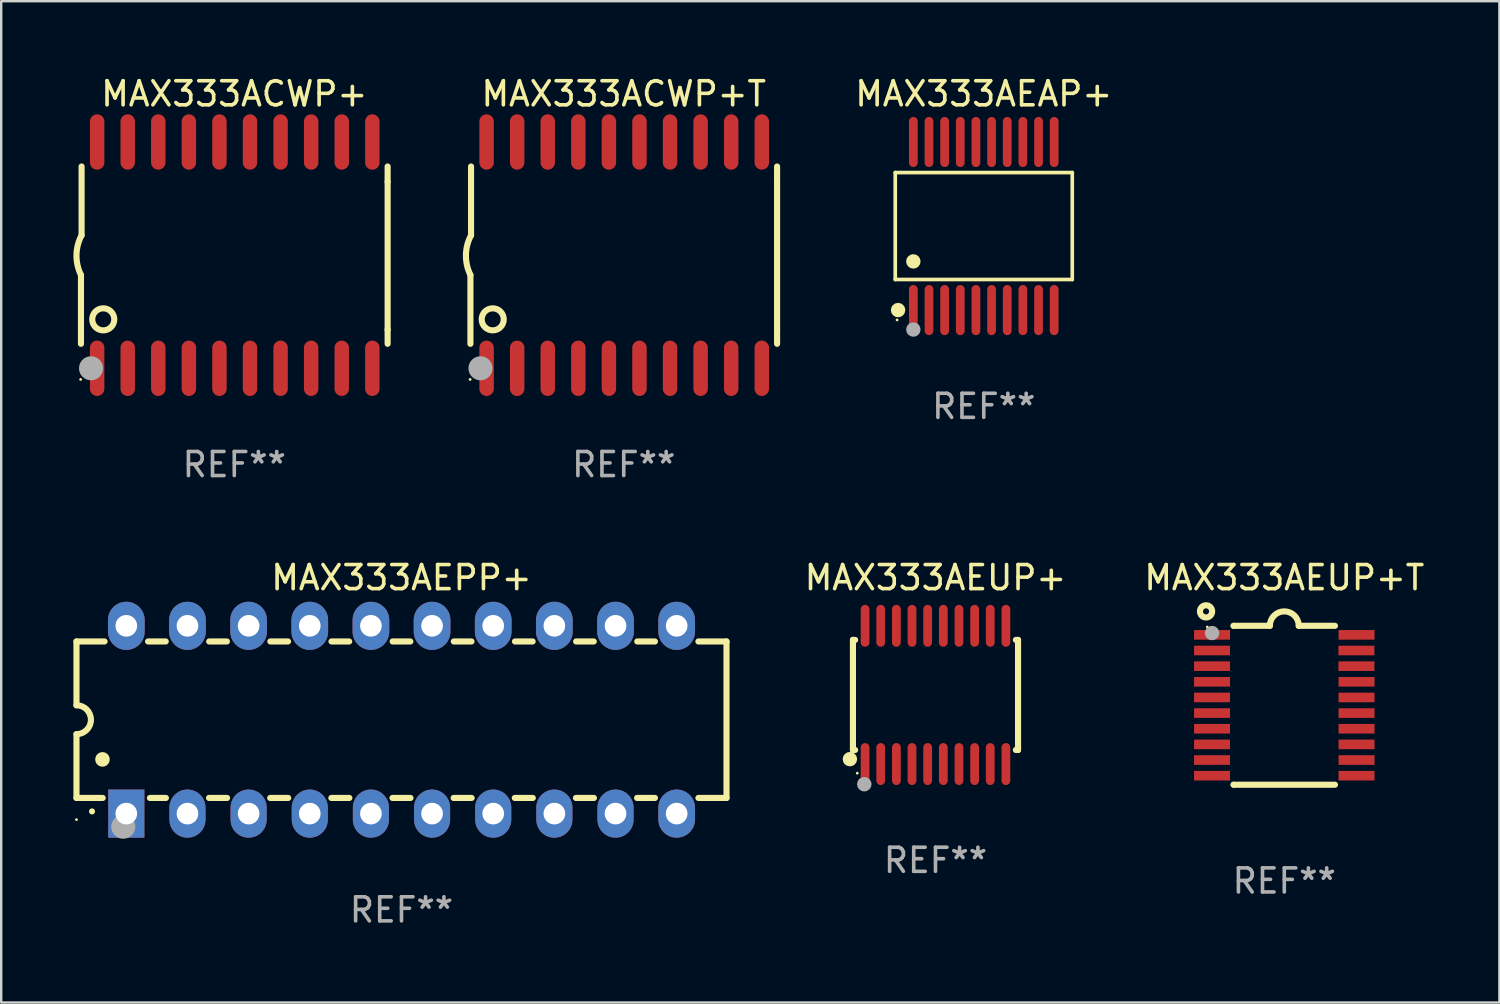
<source format=kicad_pcb>
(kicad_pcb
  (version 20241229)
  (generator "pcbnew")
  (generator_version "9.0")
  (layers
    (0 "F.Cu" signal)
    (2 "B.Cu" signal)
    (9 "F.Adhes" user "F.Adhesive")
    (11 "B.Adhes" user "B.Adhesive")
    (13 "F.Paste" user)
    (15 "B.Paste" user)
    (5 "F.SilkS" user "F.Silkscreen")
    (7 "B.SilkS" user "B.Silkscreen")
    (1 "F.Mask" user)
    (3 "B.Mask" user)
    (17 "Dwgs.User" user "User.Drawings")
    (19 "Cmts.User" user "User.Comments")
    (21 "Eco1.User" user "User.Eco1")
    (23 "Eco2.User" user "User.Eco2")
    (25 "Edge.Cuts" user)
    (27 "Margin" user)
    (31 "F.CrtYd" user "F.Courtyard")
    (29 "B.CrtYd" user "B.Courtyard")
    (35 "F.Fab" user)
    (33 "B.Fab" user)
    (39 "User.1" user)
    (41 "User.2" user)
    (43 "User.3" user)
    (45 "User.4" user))
  (footprint "MAX333AEUP+T"
    (layer "F.Cu")
    (at 50.296 26.245)
    (property "Reference" "MAX333AEUP+T" (at 0 -5.3 0) (layer "F.SilkS") (effects (font (size 1 1) (thickness 0.15))))
    (attr through_hole)
    (fp_line (start -2.105 -3.3) (end -2.105 -3.3) (stroke (width 0.254) (type solid)) (layer "F.SilkS"))
    (fp_line (start -2.105 -3.3) (end -0.6 -3.3) (stroke (width 0.254) (type solid)) (layer "F.SilkS"))
    (fp_line (start -2.105 3.3) (end -2.105 3.3) (stroke (width 0.254) (type solid)) (layer "F.SilkS"))
    (fp_line (start 0.6 -3.3) (end 2.105 -3.3) (stroke (width 0.254) (type solid)) (layer "F.SilkS"))
    (fp_line (start 2.105 3.3) (end -2.105 3.3) (stroke (width 0.254) (type solid)) (layer "F.SilkS"))
    (fp_arc (start -0.599924 -3.300026) (mid 0.000114 -3.897415) (end 0.600152 -3.300025) (stroke (width 0.254001) (type solid)) (layer "F.SilkS"))
    (fp_circle (center -3.25 -3.9) (end -2.996 -3.9) (stroke (width 0.254) (type solid)) (fill no) (layer "F.SilkS"))
    (fp_circle (center -3.2 -3.25) (end -3.17 -3.25) (stroke (width 0.06) (type solid)) (fill no) (layer "F.SilkS"))
    (fp_circle (center -3 -3) (end -2.85 -3) (stroke (width 0.3) (type solid)) (fill no) (layer "F.Fab"))
    (fp_text user "REF**" (at 0 7.3 0) (layer "F.Fab") (effects (font (size 1 1) (thickness 0.15))))
    (pad "1" smd rect (at -3.001 -2.925 270) (size 0.4 1.494) (layers "F.Cu" "F.Mask" "F.Paste"))
    (pad "2" smd rect (at -3.001 -2.275 270) (size 0.4 1.494) (layers "F.Cu" "F.Mask" "F.Paste"))
    (pad "3" smd rect (at -3.001 -1.625 270) (size 0.4 1.494) (layers "F.Cu" "F.Mask" "F.Paste"))
    (pad "4" smd rect (at -3.001 -0.975 270) (size 0.4 1.494) (layers "F.Cu" "F.Mask" "F.Paste"))
    (pad "5" smd rect (at -3.001 -0.325 270) (size 0.4 1.494) (layers "F.Cu" "F.Mask" "F.Paste"))
    (pad "6" smd rect (at -3.001 0.324 270) (size 0.4 1.494) (layers "F.Cu" "F.Mask" "F.Paste"))
    (pad "7" smd rect (at -3.001 0.975 270) (size 0.4 1.494) (layers "F.Cu" "F.Mask" "F.Paste"))
    (pad "8" smd rect (at -3.001 1.625 270) (size 0.4 1.494) (layers "F.Cu" "F.Mask" "F.Paste"))
    (pad "9" smd rect (at -3.001 2.275 270) (size 0.4 1.494) (layers "F.Cu" "F.Mask" "F.Paste"))
    (pad "10" smd rect (at -3.001 2.925 270) (size 0.4 1.494) (layers "F.Cu" "F.Mask" "F.Paste"))
    (pad "11" smd rect (at 3.001 2.925 270) (size 0.4 1.494) (layers "F.Cu" "F.Mask" "F.Paste"))
    (pad "12" smd rect (at 3.001 2.275 270) (size 0.4 1.494) (layers "F.Cu" "F.Mask" "F.Paste"))
    (pad "13" smd rect (at 3.001 1.625 270) (size 0.4 1.494) (layers "F.Cu" "F.Mask" "F.Paste"))
    (pad "14" smd rect (at 3.001 0.975 270) (size 0.4 1.494) (layers "F.Cu" "F.Mask" "F.Paste"))
    (pad "15" smd rect (at 3.001 0.325 270) (size 0.4 1.494) (layers "F.Cu" "F.Mask" "F.Paste"))
    (pad "16" smd rect (at 3.001 -0.325 270) (size 0.4 1.494) (layers "F.Cu" "F.Mask" "F.Paste"))
    (pad "17" smd rect (at 3.001 -0.975 270) (size 0.4 1.494) (layers "F.Cu" "F.Mask" "F.Paste"))
    (pad "18" smd rect (at 2.996 -1.625 270) (size 0.4 1.494) (layers "F.Cu" "F.Mask" "F.Paste"))
    (pad "19" smd rect (at 2.996 -2.275 270) (size 0.4 1.494) (layers "F.Cu" "F.Mask" "F.Paste"))
    (pad "20" smd rect (at 3.001 -2.925 270) (size 0.4 1.494) (layers "F.Cu" "F.Mask" "F.Paste")))
  (footprint "MAX333AEPP+"
    (layer "F.Cu")
    (at 13.627 26.845)
    (property "Reference" "MAX333AEPP+" (at 0 -5.9 0) (layer "F.SilkS") (effects (font (size 1 1) (thickness 0.15))))
    (attr through_hole)
    (fp_line (start -13.5 -3.25) (end -12.333 -3.25) (stroke (width 0.254) (type solid)) (layer "F.SilkS"))
    (fp_line (start -13.5 -0.6) (end -13.5 -3.25) (stroke (width 0.254) (type solid)) (layer "F.SilkS"))
    (fp_line (start -13.5 3.25) (end -13.5 0.6) (stroke (width 0.254) (type solid)) (layer "F.SilkS"))
    (fp_line (start -13.5 3.25) (end -12.411 3.25) (stroke (width 0.254) (type solid)) (layer "F.SilkS"))
    (fp_line (start -10.527 -3.25) (end -9.793 -3.25) (stroke (width 0.254) (type solid)) (layer "F.SilkS"))
    (fp_line (start -10.449 3.25) (end -9.786 3.25) (stroke (width 0.254) (type solid)) (layer "F.SilkS"))
    (fp_line (start -7.994 3.25) (end -7.246 3.25) (stroke (width 0.254) (type solid)) (layer "F.SilkS"))
    (fp_line (start -7.987 -3.25) (end -7.253 -3.25) (stroke (width 0.254) (type solid)) (layer "F.SilkS"))
    (fp_line (start -5.454 3.25) (end -4.706 3.25) (stroke (width 0.254) (type solid)) (layer "F.SilkS"))
    (fp_line (start -5.447 -3.25) (end -4.713 -3.25) (stroke (width 0.254) (type solid)) (layer "F.SilkS"))
    (fp_line (start -2.914 3.25) (end -2.166 3.25) (stroke (width 0.254) (type solid)) (layer "F.SilkS"))
    (fp_line (start -2.907 -3.25) (end -2.173 -3.25) (stroke (width 0.254) (type solid)) (layer "F.SilkS"))
    (fp_line (start -0.374 3.25) (end 0.374 3.25) (stroke (width 0.254) (type solid)) (layer "F.SilkS"))
    (fp_line (start -0.367 -3.25) (end 0.367 -3.25) (stroke (width 0.254) (type solid)) (layer "F.SilkS"))
    (fp_line (start 2.166 3.25) (end 2.914 3.25) (stroke (width 0.254) (type solid)) (layer "F.SilkS"))
    (fp_line (start 2.173 -3.25) (end 2.907 -3.25) (stroke (width 0.254) (type solid)) (layer "F.SilkS"))
    (fp_line (start 4.706 3.25) (end 5.454 3.25) (stroke (width 0.254) (type solid)) (layer "F.SilkS"))
    (fp_line (start 4.713 -3.25) (end 5.447 -3.25) (stroke (width 0.254) (type solid)) (layer "F.SilkS"))
    (fp_line (start 7.246 3.25) (end 7.994 3.25) (stroke (width 0.254) (type solid)) (layer "F.SilkS"))
    (fp_line (start 7.253 -3.25) (end 7.987 -3.25) (stroke (width 0.254) (type solid)) (layer "F.SilkS"))
    (fp_line (start 9.786 3.25) (end 10.527 3.25) (stroke (width 0.254) (type solid)) (layer "F.SilkS"))
    (fp_line (start 9.793 -3.25) (end 10.527 -3.25) (stroke (width 0.254) (type solid)) (layer "F.SilkS"))
    (fp_line (start 12.333 -3.25) (end 13.5 -3.25) (stroke (width 0.254) (type solid)) (layer "F.SilkS"))
    (fp_line (start 12.333 3.25) (end 13.5 3.25) (stroke (width 0.254) (type solid)) (layer "F.SilkS"))
    (fp_line (start 13.5 -3.25) (end 13.5 3.25) (stroke (width 0.254) (type solid)) (layer "F.SilkS"))
    (fp_arc (start -13.500127 -0.599442) (mid -12.900406 0.000228) (end -13.500025 0.6) (stroke (width 0.254001) (type solid)) (layer "F.SilkS"))
    (fp_arc (start -12.854966 3.810008) (mid -12.854973 3.808738) (end -12.854966 3.807468) (stroke (width 0.25) (type solid)) (layer "F.SilkS"))
    (fp_arc (start -12.420625 1.651003) (mid -12.420636 1.648463) (end -12.420625 1.645923) (stroke (width 0.6) (type solid)) (layer "F.SilkS"))
    (fp_circle (center -13.5 4.15) (end -13.47 4.15) (stroke (width 0.06) (type solid)) (fill no) (layer "F.SilkS"))
    (fp_circle (center -11.557 4.445) (end -11.307 4.445) (stroke (width 0.5) (type solid)) (fill no) (layer "F.Fab"))
    (fp_text user "REF**" (at 0 7.9 0) (layer "F.Fab") (effects (font (size 1 1) (thickness 0.15))))
    (pad "1" thru_hole rect (at -11.43 3.9 90) (size 2 1.5) (drill 0.9) (layers "*.Cu" "*.Mask"))
    (pad "2" thru_hole oval (at -8.89 3.9 90) (size 2 1.5) (drill 0.9) (layers "*.Cu" "*.Mask"))
    (pad "3" thru_hole oval (at -6.35 3.9 90) (size 2 1.5) (drill 0.9) (layers "*.Cu" "*.Mask"))
    (pad "4" thru_hole oval (at -3.81 3.9 90) (size 2 1.5) (drill 0.9) (layers "*.Cu" "*.Mask"))
    (pad "5" thru_hole oval (at -1.27 3.9 90) (size 2 1.5) (drill 0.9) (layers "*.Cu" "*.Mask"))
    (pad "6" thru_hole oval (at 1.27 3.9 90) (size 2 1.5) (drill 0.9) (layers "*.Cu" "*.Mask"))
    (pad "7" thru_hole oval (at 3.81 3.9 90) (size 2 1.5) (drill 0.9) (layers "*.Cu" "*.Mask"))
    (pad "8" thru_hole oval (at 6.35 3.9 90) (size 2 1.5) (drill 0.9) (layers "*.Cu" "*.Mask"))
    (pad "9" thru_hole oval (at 8.89 3.9 90) (size 2 1.5) (drill 0.9) (layers "*.Cu" "*.Mask"))
    (pad "10" thru_hole oval (at 11.43 3.9 90) (size 2 1.524) (drill 0.9) (layers "*.Cu" "*.Mask"))
    (pad "11" thru_hole oval (at 11.43 -3.9 90) (size 2 1.524) (drill 0.9) (layers "*.Cu" "*.Mask"))
    (pad "12" thru_hole oval (at 8.89 -3.9 90) (size 2 1.524) (drill 0.9) (layers "*.Cu" "*.Mask"))
    (pad "13" thru_hole oval (at 6.35 -3.9 90) (size 2 1.524) (drill 0.9) (layers "*.Cu" "*.Mask"))
    (pad "14" thru_hole oval (at 3.81 -3.9 90) (size 2 1.524) (drill 0.9) (layers "*.Cu" "*.Mask"))
    (pad "15" thru_hole oval (at 1.27 -3.9 90) (size 2 1.524) (drill 0.9) (layers "*.Cu" "*.Mask"))
    (pad "16" thru_hole oval (at -1.27 -3.9 90) (size 2 1.524) (drill 0.9) (layers "*.Cu" "*.Mask"))
    (pad "17" thru_hole oval (at -3.81 -3.9 90) (size 2 1.524) (drill 0.9) (layers "*.Cu" "*.Mask"))
    (pad "18" thru_hole oval (at -6.35 -3.9 90) (size 2 1.524) (drill 0.9) (layers "*.Cu" "*.Mask"))
    (pad "19" thru_hole oval (at -8.89 -3.9 90) (size 2 1.524) (drill 0.9) (layers "*.Cu" "*.Mask"))
    (pad "20" thru_hole oval (at -11.43 -3.9 90) (size 2 1.524) (drill 0.9) (layers "*.Cu" "*.Mask")))
  (footprint "MAX333ACWP+T"
    (layer "F.Cu")
    (at 22.859 7.548)
    (property "Reference" "MAX333ACWP+T" (at 0 -6.7 0) (layer "F.SilkS") (effects (font (size 1 1) (thickness 0.15))))
    (attr through_hole)
    (fp_line (start -6.369 0.826) (end -6.369 3.683) (stroke (width 0.254) (type solid)) (layer "F.SilkS"))
    (fp_line (start -6.343 -0.825) (end -6.343 -3.683) (stroke (width 0.254) (type solid)) (layer "F.SilkS"))
    (fp_line (start 6.369 -3.048) (end 6.369 -3.683) (stroke (width 0.254) (type solid)) (layer "F.SilkS"))
    (fp_line (start 6.369 -3.048) (end 6.369 3.096) (stroke (width 0.254) (type solid)) (layer "F.SilkS"))
    (fp_line (start 6.369 3.096) (end 6.369 3.683) (stroke (width 0.254) (type solid)) (layer "F.SilkS"))
    (fp_arc (start -6.36853 0.825552) (mid -6.554743 -0.00301) (end -6.343129 -0.825451) (stroke (width 0.254001) (type solid)) (layer "F.SilkS"))
    (fp_circle (center -6.382 5.163) (end -6.352 5.163) (stroke (width 0.06) (type solid)) (fill no) (layer "F.SilkS"))
    (fp_circle (center -5.443 2.667) (end -4.985 2.667) (stroke (width 0.254) (type solid)) (fill no) (layer "F.SilkS"))
    (fp_circle (center -5.951 4.699) (end -5.701 4.699) (stroke (width 0.5) (type solid)) (fill no) (layer "F.Fab"))
    (fp_text user "REF**" (at 0 8.7 0) (layer "F.Fab") (effects (font (size 1 1) (thickness 0.15))))
    (pad "1" smd oval (at -5.697 4.7 180) (size 0.6 2.3) (layers "F.Cu" "F.Mask" "F.Paste"))
    (pad "2" smd oval (at -4.427 4.7 180) (size 0.6 2.3) (layers "F.Cu" "F.Mask" "F.Paste"))
    (pad "3" smd oval (at -3.157 4.7 180) (size 0.6 2.3) (layers "F.Cu" "F.Mask" "F.Paste"))
    (pad "4" smd oval (at -1.887 4.7 180) (size 0.6 2.3) (layers "F.Cu" "F.Mask" "F.Paste"))
    (pad "5" smd oval (at -0.617 4.7 180) (size 0.6 2.3) (layers "F.Cu" "F.Mask" "F.Paste"))
    (pad "6" smd oval (at 0.653 4.7 180) (size 0.6 2.3) (layers "F.Cu" "F.Mask" "F.Paste"))
    (pad "7" smd oval (at 1.923 4.7 180) (size 0.6 2.3) (layers "F.Cu" "F.Mask" "F.Paste"))
    (pad "8" smd oval (at 3.193 4.7 180) (size 0.6 2.3) (layers "F.Cu" "F.Mask" "F.Paste"))
    (pad "9" smd oval (at 4.463 4.7 180) (size 0.6 2.3) (layers "F.Cu" "F.Mask" "F.Paste"))
    (pad "10" smd oval (at 5.734 4.7 180) (size 0.6 2.3) (layers "F.Cu" "F.Mask" "F.Paste"))
    (pad "11" smd oval (at 5.734 -4.7 180) (size 0.6 2.3) (layers "F.Cu" "F.Mask" "F.Paste"))
    (pad "12" smd oval (at 4.463 -4.7 180) (size 0.6 2.3) (layers "F.Cu" "F.Mask" "F.Paste"))
    (pad "13" smd oval (at 3.193 -4.7 180) (size 0.6 2.3) (layers "F.Cu" "F.Mask" "F.Paste"))
    (pad "14" smd oval (at 1.923 -4.7 180) (size 0.6 2.3) (layers "F.Cu" "F.Mask" "F.Paste"))
    (pad "15" smd oval (at 0.653 -4.7 180) (size 0.6 2.3) (layers "F.Cu" "F.Mask" "F.Paste"))
    (pad "16" smd oval (at -0.617 -4.7 180) (size 0.6 2.3) (layers "F.Cu" "F.Mask" "F.Paste"))
    (pad "17" smd oval (at -1.887 -4.7 180) (size 0.6 2.3) (layers "F.Cu" "F.Mask" "F.Paste"))
    (pad "18" smd oval (at -3.157 -4.7 180) (size 0.6 2.3) (layers "F.Cu" "F.Mask" "F.Paste"))
    (pad "19" smd oval (at -4.427 -4.7 180) (size 0.6 2.3) (layers "F.Cu" "F.Mask" "F.Paste"))
    (pad "20" smd oval (at -5.697 -4.7 180) (size 0.6 2.3) (layers "F.Cu" "F.Mask" "F.Paste")))
  (footprint "MAX333AEAP+"
    (layer "F.Cu")
    (at 37.813 6.339)
    (property "Reference" "MAX333AEAP+" (at 0 -5.491 0) (layer "F.SilkS") (effects (font (size 1 1) (thickness 0.15))))
    (attr through_hole)
    (fp_line (start -3.676 -2.221) (end 3.676 -2.221) (stroke (width 0.152) (type solid)) (layer "F.SilkS"))
    (fp_line (start -3.676 2.221) (end -3.676 -2.221) (stroke (width 0.152) (type solid)) (layer "F.SilkS"))
    (fp_line (start 3.676 -2.221) (end 3.676 2.221) (stroke (width 0.152) (type solid)) (layer "F.SilkS"))
    (fp_line (start 3.676 2.221) (end -3.676 2.221) (stroke (width 0.152) (type solid)) (layer "F.SilkS"))
    (fp_circle (center -3.6 3.9) (end -3.57 3.9) (stroke (width 0.06) (type solid)) (fill no) (layer "F.SilkS"))
    (fp_circle (center -3.559 3.491) (end -3.409 3.491) (stroke (width 0.3) (type solid)) (fill no) (layer "F.SilkS"))
    (fp_circle (center -2.925 1.469) (end -2.775 1.469) (stroke (width 0.3) (type solid)) (fill no) (layer "F.SilkS"))
    (fp_circle (center -2.925 4.3) (end -2.775 4.3) (stroke (width 0.3) (type solid)) (fill no) (layer "F.Fab"))
    (fp_text user "REF**" (at 0 7.491 0) (layer "F.Fab") (effects (font (size 1 1) (thickness 0.15))))
    (pad "1" smd oval (at -2.925 3.491) (size 0.364 2.082) (layers "F.Cu" "F.Mask" "F.Paste"))
    (pad "2" smd oval (at -2.275 3.491) (size 0.364 2.082) (layers "F.Cu" "F.Mask" "F.Paste"))
    (pad "3" smd oval (at -1.625 3.491) (size 0.364 2.082) (layers "F.Cu" "F.Mask" "F.Paste"))
    (pad "4" smd oval (at -0.975 3.491) (size 0.364 2.082) (layers "F.Cu" "F.Mask" "F.Paste"))
    (pad "5" smd oval (at -0.325 3.491) (size 0.364 2.082) (layers "F.Cu" "F.Mask" "F.Paste"))
    (pad "6" smd oval (at 0.325 3.491) (size 0.364 2.082) (layers "F.Cu" "F.Mask" "F.Paste"))
    (pad "7" smd oval (at 0.975 3.491) (size 0.364 2.082) (layers "F.Cu" "F.Mask" "F.Paste"))
    (pad "8" smd oval (at 1.625 3.491) (size 0.364 2.082) (layers "F.Cu" "F.Mask" "F.Paste"))
    (pad "9" smd oval (at 2.275 3.491) (size 0.364 2.082) (layers "F.Cu" "F.Mask" "F.Paste"))
    (pad "10" smd oval (at 2.925 3.491) (size 0.364 2.082) (layers "F.Cu" "F.Mask" "F.Paste"))
    (pad "11" smd oval (at 2.925 -3.491) (size 0.364 2.082) (layers "F.Cu" "F.Mask" "F.Paste"))
    (pad "12" smd oval (at 2.275 -3.491) (size 0.364 2.082) (layers "F.Cu" "F.Mask" "F.Paste"))
    (pad "13" smd oval (at 1.625 -3.491) (size 0.364 2.082) (layers "F.Cu" "F.Mask" "F.Paste"))
    (pad "14" smd oval (at 0.975 -3.491) (size 0.364 2.082) (layers "F.Cu" "F.Mask" "F.Paste"))
    (pad "15" smd oval (at 0.325 -3.491) (size 0.364 2.082) (layers "F.Cu" "F.Mask" "F.Paste"))
    (pad "16" smd oval (at -0.325 -3.491) (size 0.364 2.082) (layers "F.Cu" "F.Mask" "F.Paste"))
    (pad "17" smd oval (at -0.975 -3.491) (size 0.364 2.082) (layers "F.Cu" "F.Mask" "F.Paste"))
    (pad "18" smd oval (at -1.625 -3.491) (size 0.364 2.082) (layers "F.Cu" "F.Mask" "F.Paste"))
    (pad "19" smd oval (at -2.275 -3.491) (size 0.364 2.082) (layers "F.Cu" "F.Mask" "F.Paste"))
    (pad "20" smd oval (at -2.925 -3.491) (size 0.364 2.082) (layers "F.Cu" "F.Mask" "F.Paste")))
  (footprint "MAX333ACWP+"
    (layer "F.Cu")
    (at 6.682 7.548)
    (property "Reference" "MAX333ACWP+" (at 0 -6.7 0) (layer "F.SilkS") (effects (font (size 1 1) (thickness 0.15))))
    (attr through_hole)
    (fp_line (start -6.369 0.826) (end -6.369 3.683) (stroke (width 0.254) (type solid)) (layer "F.SilkS"))
    (fp_line (start -6.343 -0.825) (end -6.343 -3.683) (stroke (width 0.254) (type solid)) (layer "F.SilkS"))
    (fp_line (start 6.369 -3.048) (end 6.369 -3.683) (stroke (width 0.254) (type solid)) (layer "F.SilkS"))
    (fp_line (start 6.369 -3.048) (end 6.369 3.096) (stroke (width 0.254) (type solid)) (layer "F.SilkS"))
    (fp_line (start 6.369 3.096) (end 6.369 3.683) (stroke (width 0.254) (type solid)) (layer "F.SilkS"))
    (fp_arc (start -6.36853 0.825552) (mid -6.554743 -0.00301) (end -6.343129 -0.825451) (stroke (width 0.254001) (type solid)) (layer "F.SilkS"))
    (fp_circle (center -6.382 5.163) (end -6.352 5.163) (stroke (width 0.06) (type solid)) (fill no) (layer "F.SilkS"))
    (fp_circle (center -5.443 2.667) (end -4.985 2.667) (stroke (width 0.254) (type solid)) (fill no) (layer "F.SilkS"))
    (fp_circle (center -5.951 4.699) (end -5.701 4.699) (stroke (width 0.5) (type solid)) (fill no) (layer "F.Fab"))
    (fp_text user "REF**" (at 0 8.7 0) (layer "F.Fab") (effects (font (size 1 1) (thickness 0.15))))
    (pad "1" smd oval (at -5.697 4.7 180) (size 0.6 2.3) (layers "F.Cu" "F.Mask" "F.Paste"))
    (pad "2" smd oval (at -4.427 4.7 180) (size 0.6 2.3) (layers "F.Cu" "F.Mask" "F.Paste"))
    (pad "3" smd oval (at -3.157 4.7 180) (size 0.6 2.3) (layers "F.Cu" "F.Mask" "F.Paste"))
    (pad "4" smd oval (at -1.887 4.7 180) (size 0.6 2.3) (layers "F.Cu" "F.Mask" "F.Paste"))
    (pad "5" smd oval (at -0.617 4.7 180) (size 0.6 2.3) (layers "F.Cu" "F.Mask" "F.Paste"))
    (pad "6" smd oval (at 0.653 4.7 180) (size 0.6 2.3) (layers "F.Cu" "F.Mask" "F.Paste"))
    (pad "7" smd oval (at 1.923 4.7 180) (size 0.6 2.3) (layers "F.Cu" "F.Mask" "F.Paste"))
    (pad "8" smd oval (at 3.193 4.7 180) (size 0.6 2.3) (layers "F.Cu" "F.Mask" "F.Paste"))
    (pad "9" smd oval (at 4.463 4.7 180) (size 0.6 2.3) (layers "F.Cu" "F.Mask" "F.Paste"))
    (pad "10" smd oval (at 5.734 4.7 180) (size 0.6 2.3) (layers "F.Cu" "F.Mask" "F.Paste"))
    (pad "11" smd oval (at 5.734 -4.7 180) (size 0.6 2.3) (layers "F.Cu" "F.Mask" "F.Paste"))
    (pad "12" smd oval (at 4.463 -4.7 180) (size 0.6 2.3) (layers "F.Cu" "F.Mask" "F.Paste"))
    (pad "13" smd oval (at 3.193 -4.7 180) (size 0.6 2.3) (layers "F.Cu" "F.Mask" "F.Paste"))
    (pad "14" smd oval (at 1.923 -4.7 180) (size 0.6 2.3) (layers "F.Cu" "F.Mask" "F.Paste"))
    (pad "15" smd oval (at 0.653 -4.7 180) (size 0.6 2.3) (layers "F.Cu" "F.Mask" "F.Paste"))
    (pad "16" smd oval (at -0.617 -4.7 180) (size 0.6 2.3) (layers "F.Cu" "F.Mask" "F.Paste"))
    (pad "17" smd oval (at -1.887 -4.7 180) (size 0.6 2.3) (layers "F.Cu" "F.Mask" "F.Paste"))
    (pad "18" smd oval (at -3.157 -4.7 180) (size 0.6 2.3) (layers "F.Cu" "F.Mask" "F.Paste"))
    (pad "19" smd oval (at -4.427 -4.7 180) (size 0.6 2.3) (layers "F.Cu" "F.Mask" "F.Paste"))
    (pad "20" smd oval (at -5.697 -4.7 180) (size 0.6 2.3) (layers "F.Cu" "F.Mask" "F.Paste")))
  (footprint "MAX333AEUP+"
    (layer "F.Cu")
    (at 35.808 25.816)
    (property "Reference" "MAX333AEUP+" (at 0 -4.871 0) (layer "F.SilkS") (effects (font (size 1 1) (thickness 0.15))))
    (attr through_hole)
    (fp_line (start -3.429 -2.286) (end -3.429 2.286) (stroke (width 0.254) (type solid)) (layer "F.SilkS"))
    (fp_line (start -3.429 2.286) (end -3.338 2.286) (stroke (width 0.254) (type solid)) (layer "F.SilkS"))
    (fp_line (start -3.338 -2.286) (end -3.429 -2.286) (stroke (width 0.254) (type solid)) (layer "F.SilkS"))
    (fp_line (start 3.338 -2.286) (end 3.429 -2.286) (stroke (width 0.254) (type solid)) (layer "F.SilkS"))
    (fp_line (start 3.429 -2.286) (end 3.429 2.286) (stroke (width 0.254) (type solid)) (layer "F.SilkS"))
    (fp_line (start 3.429 2.286) (end 3.338 2.286) (stroke (width 0.254) (type solid)) (layer "F.SilkS"))
    (fp_circle (center -3.556 2.667) (end -3.406 2.667) (stroke (width 0.3) (type solid)) (fill no) (layer "F.SilkS"))
    (fp_circle (center -3.25 3.25) (end -3.22 3.25) (stroke (width 0.06) (type solid)) (fill no) (layer "F.SilkS"))
    (fp_circle (center -2.959 3.707) (end -2.808 3.707) (stroke (width 0.3) (type solid)) (fill no) (layer "F.Fab"))
    (fp_text user "REF**" (at 0 6.871 0) (layer "F.Fab") (effects (font (size 1 1) (thickness 0.15))))
    (pad "1" smd oval (at -2.925 2.871) (size 0.364 1.742) (layers "F.Cu" "F.Mask" "F.Paste"))
    (pad "2" smd oval (at -2.275 2.871) (size 0.364 1.742) (layers "F.Cu" "F.Mask" "F.Paste"))
    (pad "3" smd oval (at -1.625 2.871) (size 0.364 1.742) (layers "F.Cu" "F.Mask" "F.Paste"))
    (pad "4" smd oval (at -0.975 2.871) (size 0.364 1.742) (layers "F.Cu" "F.Mask" "F.Paste"))
    (pad "5" smd oval (at -0.325 2.871) (size 0.364 1.742) (layers "F.Cu" "F.Mask" "F.Paste"))
    (pad "6" smd oval (at 0.325 2.871) (size 0.364 1.742) (layers "F.Cu" "F.Mask" "F.Paste"))
    (pad "7" smd oval (at 0.975 2.871) (size 0.364 1.742) (layers "F.Cu" "F.Mask" "F.Paste"))
    (pad "8" smd oval (at 1.625 2.871) (size 0.364 1.742) (layers "F.Cu" "F.Mask" "F.Paste"))
    (pad "9" smd oval (at 2.275 2.871) (size 0.364 1.742) (layers "F.Cu" "F.Mask" "F.Paste"))
    (pad "10" smd oval (at 2.925 2.871) (size 0.364 1.742) (layers "F.Cu" "F.Mask" "F.Paste"))
    (pad "11" smd oval (at 2.925 -2.871) (size 0.364 1.742) (layers "F.Cu" "F.Mask" "F.Paste"))
    (pad "12" smd oval (at 2.275 -2.871) (size 0.364 1.742) (layers "F.Cu" "F.Mask" "F.Paste"))
    (pad "13" smd oval (at 1.625 -2.871) (size 0.364 1.742) (layers "F.Cu" "F.Mask" "F.Paste"))
    (pad "14" smd oval (at 0.975 -2.871) (size 0.364 1.742) (layers "F.Cu" "F.Mask" "F.Paste"))
    (pad "15" smd oval (at 0.325 -2.871) (size 0.364 1.742) (layers "F.Cu" "F.Mask" "F.Paste"))
    (pad "16" smd oval (at -0.325 -2.871) (size 0.364 1.742) (layers "F.Cu" "F.Mask" "F.Paste"))
    (pad "17" smd oval (at -0.975 -2.871) (size 0.364 1.742) (layers "F.Cu" "F.Mask" "F.Paste"))
    (pad "18" smd oval (at -1.625 -2.871) (size 0.364 1.742) (layers "F.Cu" "F.Mask" "F.Paste"))
    (pad "19" smd oval (at -2.275 -2.871) (size 0.364 1.742) (layers "F.Cu" "F.Mask" "F.Paste"))
    (pad "20" smd oval (at -2.925 -2.871) (size 0.364 1.742) (layers "F.Cu" "F.Mask" "F.Paste")))
  (gr_rect
    (start -3 -3)
    (end 59.23 38.593)
    (stroke (width 0.1) (type default))
    (fill no)
    (layer "Edge.Cuts")))
</source>
